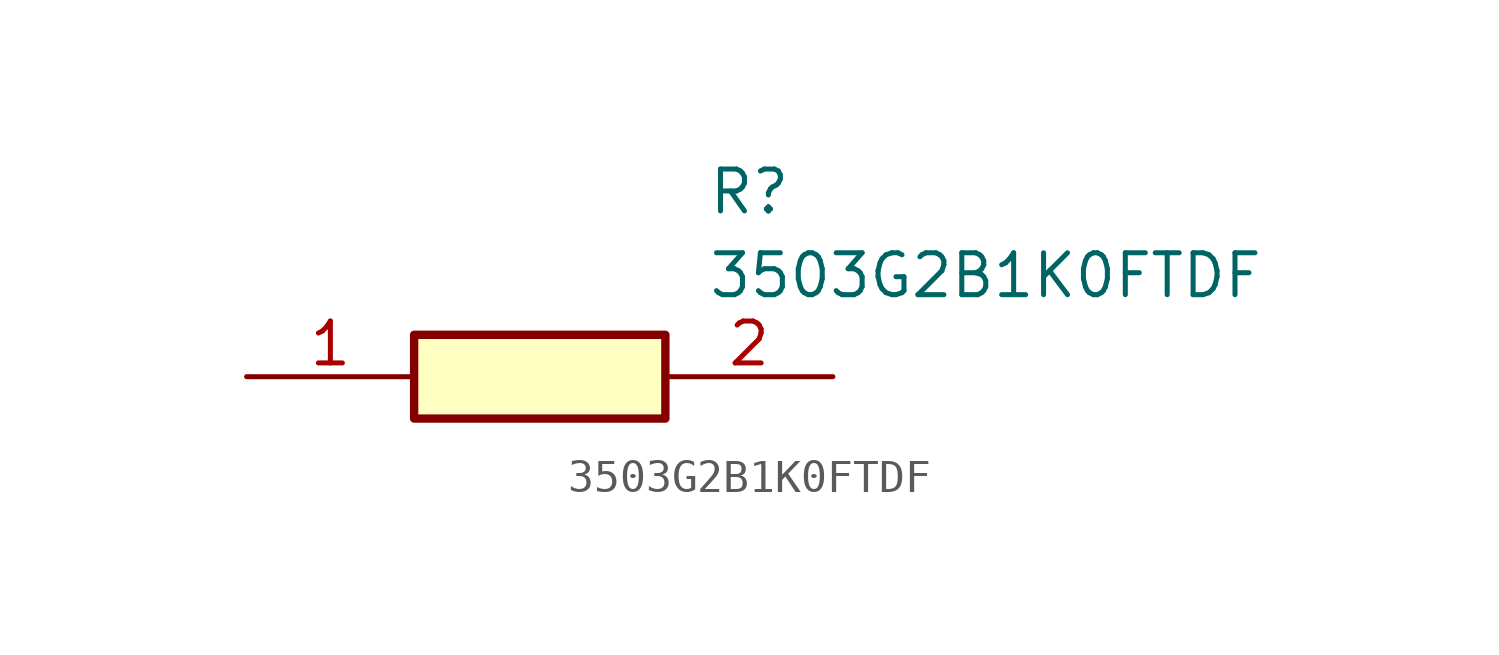
<source format=kicad_sym>
(kicad_symbol_lib
  (version 20211014)
  (generator SamacSys_ECAD_Model)
  (symbol "3503G2B1K0FTDF"
    (pin_names hide)
    (property "Reference" "R"
      (at 13.97 6.35 0)
      (effects (font (size 1.27 1.27)) (justify left top)))
    (property "Value" "3503G2B1K0FTDF"
      (at 13.97 3.81 0)
      (effects (font (size 1.27 1.27)) (justify left top)))
    (rectangle
      (start 5.08 1.27)
      (end 12.7 -1.27)
      (stroke (width 0.254) (type default))
      (fill (type background)))
    (pin passive line
      (at 0 0 0)
      (length 5.08)
      (name "1" (effects (font (size 1.27 1.27))))
      (number "1" (effects (font (size 1.27 1.27)))))
    (pin passive line
      (at 17.78 0 180)
      (length 5.08)
      (name "2" (effects (font (size 1.27 1.27))))
      (number "2" (effects (font (size 1.27 1.27)))))))
</source>
